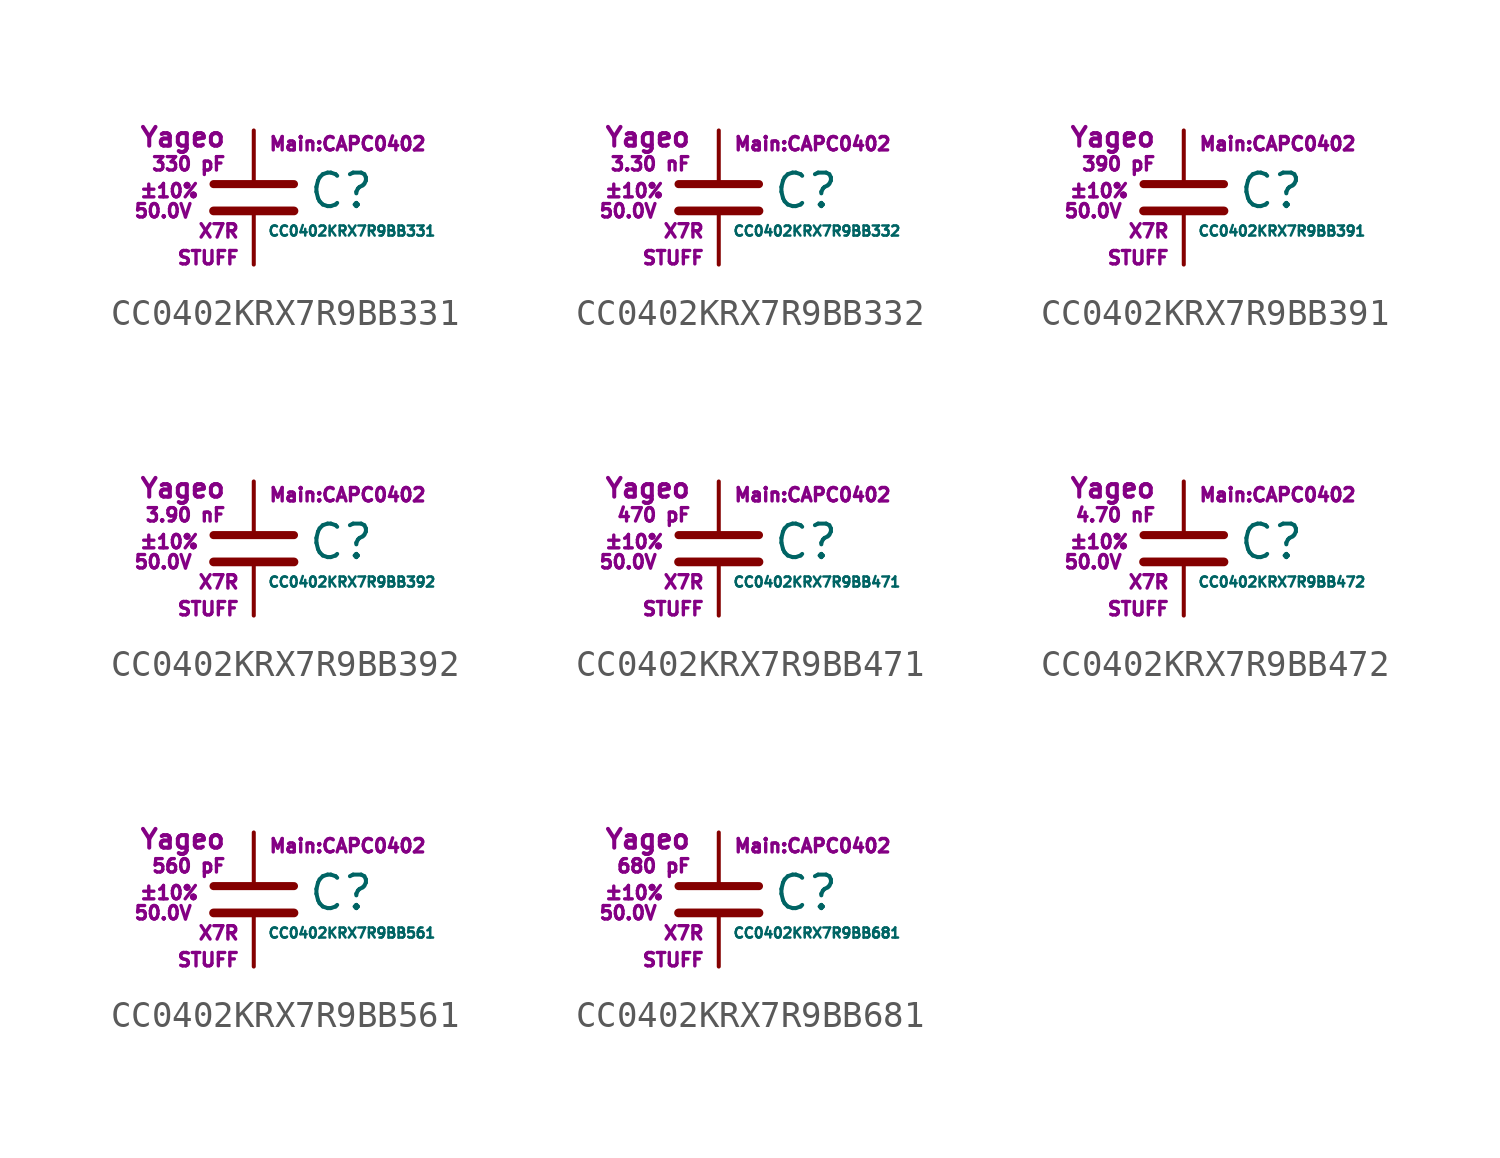
<source format=kicad_sym>
(kicad_symbol_lib
  (version 20211014)
  (generator kicad_symbol_editor)
  (symbol "CC0402KRX7R9BB331"
    (pin_numbers hide)
    (pin_names
      (offset 0.254) hide)
    (property "Reference" "C"
      (at 2.032 0.254 0)
      (effects (font (size 1.27 1.27)) (justify left)))
    (property "Value" "CC0402KRX7R9BB331"
      (at 0.508 -1.27 0)
      (effects (font (size 0.381 0.381)) (justify left)))
    (property "Footprint" "Main:CAPC0402"
      (at 3.556 2.032 0)
      (effects (font (size 0.508 0.508))))
    (property "Datasheet" ""
      (at 0.762 0.508 0)
      (effects (font (size 1.27 1.27))))
    (property "Manufacturer" "Yageo"
      (at -1.016 2.286 0)
      (effects (font (size 0.711 0.711)) (justify right)))
    (property "SKU" "STUFF"
      (at -0.508 -2.286 0)
      (effects (font (size 0.508 0.508)) (justify right)))
    (property "C" "330 pF"
      (at -1.016 1.27 0)
      (effects (font (size 0.508 0.508)) (justify right)))
    (property "Tol" "±10%"
      (at -2.032 0.254 0)
      (effects (font (size 0.508 0.508)) (justify right)))
    (property "Vmax" "50.0V"
      (at -2.286 -0.508 0)
      (effects (font (size 0.508 0.508)) (justify right)))
    (property "Type" "X7R"
      (at -0.508 -1.27 0)
      (effects (font (size 0.508 0.508)) (justify right)))
    (symbol "CC0402KRX7R9BB331_0_1"
      (polyline (pts (xy -1.524 -0.508) (xy 1.524 -0.508)) (stroke (width 0.33) (type default) (color 0 0 0 0)) (fill (type none)))
      (polyline (pts (xy -1.524 0.508) (xy 1.524 0.508)) (stroke (width 0.305) (type default) (color 0 0 0 0)) (fill (type none))))
    (symbol "CC0402KRX7R9BB331_1_1"
      (pin passive line (at 0 2.54 270) (length 1.905) (name "~" (effects (font (size 1.016 1.016)))) (number "1" (effects (font (size 1.016 1.016)))))
      (pin passive line (at 0 -2.54 90) (length 2.032) (name "~" (effects (font (size 1.016 1.016)))) (number "2" (effects (font (size 1.016 1.016)))))))
  (symbol "CC0402KRX7R9BB332"
    (pin_numbers hide)
    (pin_names
      (offset 0.254) hide)
    (property "Reference" "C"
      (at 2.032 0.254 0)
      (effects (font (size 1.27 1.27)) (justify left)))
    (property "Value" "CC0402KRX7R9BB332"
      (at 0.508 -1.27 0)
      (effects (font (size 0.381 0.381)) (justify left)))
    (property "Footprint" "Main:CAPC0402"
      (at 3.556 2.032 0)
      (effects (font (size 0.508 0.508))))
    (property "Datasheet" ""
      (at 0.762 0.508 0)
      (effects (font (size 1.27 1.27))))
    (property "Manufacturer" "Yageo"
      (at -1.016 2.286 0)
      (effects (font (size 0.711 0.711)) (justify right)))
    (property "SKU" "STUFF"
      (at -0.508 -2.286 0)
      (effects (font (size 0.508 0.508)) (justify right)))
    (property "C" "3.30 nF"
      (at -1.016 1.27 0)
      (effects (font (size 0.508 0.508)) (justify right)))
    (property "Tol" "±10%"
      (at -2.032 0.254 0)
      (effects (font (size 0.508 0.508)) (justify right)))
    (property "Vmax" "50.0V"
      (at -2.286 -0.508 0)
      (effects (font (size 0.508 0.508)) (justify right)))
    (property "Type" "X7R"
      (at -0.508 -1.27 0)
      (effects (font (size 0.508 0.508)) (justify right)))
    (symbol "CC0402KRX7R9BB332_0_1"
      (polyline (pts (xy -1.524 -0.508) (xy 1.524 -0.508)) (stroke (width 0.33) (type default) (color 0 0 0 0)) (fill (type none)))
      (polyline (pts (xy -1.524 0.508) (xy 1.524 0.508)) (stroke (width 0.305) (type default) (color 0 0 0 0)) (fill (type none))))
    (symbol "CC0402KRX7R9BB332_1_1"
      (pin passive line (at 0 2.54 270) (length 1.905) (name "~" (effects (font (size 1.016 1.016)))) (number "1" (effects (font (size 1.016 1.016)))))
      (pin passive line (at 0 -2.54 90) (length 2.032) (name "~" (effects (font (size 1.016 1.016)))) (number "2" (effects (font (size 1.016 1.016)))))))
  (symbol "CC0402KRX7R9BB391"
    (pin_numbers hide)
    (pin_names
      (offset 0.254) hide)
    (property "Reference" "C"
      (at 2.032 0.254 0)
      (effects (font (size 1.27 1.27)) (justify left)))
    (property "Value" "CC0402KRX7R9BB391"
      (at 0.508 -1.27 0)
      (effects (font (size 0.381 0.381)) (justify left)))
    (property "Footprint" "Main:CAPC0402"
      (at 3.556 2.032 0)
      (effects (font (size 0.508 0.508))))
    (property "Datasheet" ""
      (at 0.762 0.508 0)
      (effects (font (size 1.27 1.27))))
    (property "Manufacturer" "Yageo"
      (at -1.016 2.286 0)
      (effects (font (size 0.711 0.711)) (justify right)))
    (property "SKU" "STUFF"
      (at -0.508 -2.286 0)
      (effects (font (size 0.508 0.508)) (justify right)))
    (property "C" "390 pF"
      (at -1.016 1.27 0)
      (effects (font (size 0.508 0.508)) (justify right)))
    (property "Tol" "±10%"
      (at -2.032 0.254 0)
      (effects (font (size 0.508 0.508)) (justify right)))
    (property "Vmax" "50.0V"
      (at -2.286 -0.508 0)
      (effects (font (size 0.508 0.508)) (justify right)))
    (property "Type" "X7R"
      (at -0.508 -1.27 0)
      (effects (font (size 0.508 0.508)) (justify right)))
    (symbol "CC0402KRX7R9BB391_0_1"
      (polyline (pts (xy -1.524 -0.508) (xy 1.524 -0.508)) (stroke (width 0.33) (type default) (color 0 0 0 0)) (fill (type none)))
      (polyline (pts (xy -1.524 0.508) (xy 1.524 0.508)) (stroke (width 0.305) (type default) (color 0 0 0 0)) (fill (type none))))
    (symbol "CC0402KRX7R9BB391_1_1"
      (pin passive line (at 0 2.54 270) (length 1.905) (name "~" (effects (font (size 1.016 1.016)))) (number "1" (effects (font (size 1.016 1.016)))))
      (pin passive line (at 0 -2.54 90) (length 2.032) (name "~" (effects (font (size 1.016 1.016)))) (number "2" (effects (font (size 1.016 1.016)))))))
  (symbol "CC0402KRX7R9BB392"
    (pin_numbers hide)
    (pin_names
      (offset 0.254) hide)
    (property "Reference" "C"
      (at 2.032 0.254 0)
      (effects (font (size 1.27 1.27)) (justify left)))
    (property "Value" "CC0402KRX7R9BB392"
      (at 0.508 -1.27 0)
      (effects (font (size 0.381 0.381)) (justify left)))
    (property "Footprint" "Main:CAPC0402"
      (at 3.556 2.032 0)
      (effects (font (size 0.508 0.508))))
    (property "Datasheet" ""
      (at 0.762 0.508 0)
      (effects (font (size 1.27 1.27))))
    (property "Manufacturer" "Yageo"
      (at -1.016 2.286 0)
      (effects (font (size 0.711 0.711)) (justify right)))
    (property "SKU" "STUFF"
      (at -0.508 -2.286 0)
      (effects (font (size 0.508 0.508)) (justify right)))
    (property "C" "3.90 nF"
      (at -1.016 1.27 0)
      (effects (font (size 0.508 0.508)) (justify right)))
    (property "Tol" "±10%"
      (at -2.032 0.254 0)
      (effects (font (size 0.508 0.508)) (justify right)))
    (property "Vmax" "50.0V"
      (at -2.286 -0.508 0)
      (effects (font (size 0.508 0.508)) (justify right)))
    (property "Type" "X7R"
      (at -0.508 -1.27 0)
      (effects (font (size 0.508 0.508)) (justify right)))
    (symbol "CC0402KRX7R9BB392_0_1"
      (polyline (pts (xy -1.524 -0.508) (xy 1.524 -0.508)) (stroke (width 0.33) (type default) (color 0 0 0 0)) (fill (type none)))
      (polyline (pts (xy -1.524 0.508) (xy 1.524 0.508)) (stroke (width 0.305) (type default) (color 0 0 0 0)) (fill (type none))))
    (symbol "CC0402KRX7R9BB392_1_1"
      (pin passive line (at 0 2.54 270) (length 1.905) (name "~" (effects (font (size 1.016 1.016)))) (number "1" (effects (font (size 1.016 1.016)))))
      (pin passive line (at 0 -2.54 90) (length 2.032) (name "~" (effects (font (size 1.016 1.016)))) (number "2" (effects (font (size 1.016 1.016)))))))
  (symbol "CC0402KRX7R9BB471"
    (pin_numbers hide)
    (pin_names
      (offset 0.254) hide)
    (property "Reference" "C"
      (at 2.032 0.254 0)
      (effects (font (size 1.27 1.27)) (justify left)))
    (property "Value" "CC0402KRX7R9BB471"
      (at 0.508 -1.27 0)
      (effects (font (size 0.381 0.381)) (justify left)))
    (property "Footprint" "Main:CAPC0402"
      (at 3.556 2.032 0)
      (effects (font (size 0.508 0.508))))
    (property "Datasheet" ""
      (at 0.762 0.508 0)
      (effects (font (size 1.27 1.27))))
    (property "Manufacturer" "Yageo"
      (at -1.016 2.286 0)
      (effects (font (size 0.711 0.711)) (justify right)))
    (property "SKU" "STUFF"
      (at -0.508 -2.286 0)
      (effects (font (size 0.508 0.508)) (justify right)))
    (property "C" "470 pF"
      (at -1.016 1.27 0)
      (effects (font (size 0.508 0.508)) (justify right)))
    (property "Tol" "±10%"
      (at -2.032 0.254 0)
      (effects (font (size 0.508 0.508)) (justify right)))
    (property "Vmax" "50.0V"
      (at -2.286 -0.508 0)
      (effects (font (size 0.508 0.508)) (justify right)))
    (property "Type" "X7R"
      (at -0.508 -1.27 0)
      (effects (font (size 0.508 0.508)) (justify right)))
    (symbol "CC0402KRX7R9BB471_0_1"
      (polyline (pts (xy -1.524 -0.508) (xy 1.524 -0.508)) (stroke (width 0.33) (type default) (color 0 0 0 0)) (fill (type none)))
      (polyline (pts (xy -1.524 0.508) (xy 1.524 0.508)) (stroke (width 0.305) (type default) (color 0 0 0 0)) (fill (type none))))
    (symbol "CC0402KRX7R9BB471_1_1"
      (pin passive line (at 0 2.54 270) (length 1.905) (name "~" (effects (font (size 1.016 1.016)))) (number "1" (effects (font (size 1.016 1.016)))))
      (pin passive line (at 0 -2.54 90) (length 2.032) (name "~" (effects (font (size 1.016 1.016)))) (number "2" (effects (font (size 1.016 1.016)))))))
  (symbol "CC0402KRX7R9BB472"
    (pin_numbers hide)
    (pin_names
      (offset 0.254) hide)
    (property "Reference" "C"
      (at 2.032 0.254 0)
      (effects (font (size 1.27 1.27)) (justify left)))
    (property "Value" "CC0402KRX7R9BB472"
      (at 0.508 -1.27 0)
      (effects (font (size 0.381 0.381)) (justify left)))
    (property "Footprint" "Main:CAPC0402"
      (at 3.556 2.032 0)
      (effects (font (size 0.508 0.508))))
    (property "Datasheet" ""
      (at 0.762 0.508 0)
      (effects (font (size 1.27 1.27))))
    (property "Manufacturer" "Yageo"
      (at -1.016 2.286 0)
      (effects (font (size 0.711 0.711)) (justify right)))
    (property "SKU" "STUFF"
      (at -0.508 -2.286 0)
      (effects (font (size 0.508 0.508)) (justify right)))
    (property "C" "4.70 nF"
      (at -1.016 1.27 0)
      (effects (font (size 0.508 0.508)) (justify right)))
    (property "Tol" "±10%"
      (at -2.032 0.254 0)
      (effects (font (size 0.508 0.508)) (justify right)))
    (property "Vmax" "50.0V"
      (at -2.286 -0.508 0)
      (effects (font (size 0.508 0.508)) (justify right)))
    (property "Type" "X7R"
      (at -0.508 -1.27 0)
      (effects (font (size 0.508 0.508)) (justify right)))
    (symbol "CC0402KRX7R9BB472_0_1"
      (polyline (pts (xy -1.524 -0.508) (xy 1.524 -0.508)) (stroke (width 0.33) (type default) (color 0 0 0 0)) (fill (type none)))
      (polyline (pts (xy -1.524 0.508) (xy 1.524 0.508)) (stroke (width 0.305) (type default) (color 0 0 0 0)) (fill (type none))))
    (symbol "CC0402KRX7R9BB472_1_1"
      (pin passive line (at 0 2.54 270) (length 1.905) (name "~" (effects (font (size 1.016 1.016)))) (number "1" (effects (font (size 1.016 1.016)))))
      (pin passive line (at 0 -2.54 90) (length 2.032) (name "~" (effects (font (size 1.016 1.016)))) (number "2" (effects (font (size 1.016 1.016)))))))
  (symbol "CC0402KRX7R9BB561"
    (pin_numbers hide)
    (pin_names
      (offset 0.254) hide)
    (property "Reference" "C"
      (at 2.032 0.254 0)
      (effects (font (size 1.27 1.27)) (justify left)))
    (property "Value" "CC0402KRX7R9BB561"
      (at 0.508 -1.27 0)
      (effects (font (size 0.381 0.381)) (justify left)))
    (property "Footprint" "Main:CAPC0402"
      (at 3.556 2.032 0)
      (effects (font (size 0.508 0.508))))
    (property "Datasheet" ""
      (at 0.762 0.508 0)
      (effects (font (size 1.27 1.27))))
    (property "Manufacturer" "Yageo"
      (at -1.016 2.286 0)
      (effects (font (size 0.711 0.711)) (justify right)))
    (property "SKU" "STUFF"
      (at -0.508 -2.286 0)
      (effects (font (size 0.508 0.508)) (justify right)))
    (property "C" "560 pF"
      (at -1.016 1.27 0)
      (effects (font (size 0.508 0.508)) (justify right)))
    (property "Tol" "±10%"
      (at -2.032 0.254 0)
      (effects (font (size 0.508 0.508)) (justify right)))
    (property "Vmax" "50.0V"
      (at -2.286 -0.508 0)
      (effects (font (size 0.508 0.508)) (justify right)))
    (property "Type" "X7R"
      (at -0.508 -1.27 0)
      (effects (font (size 0.508 0.508)) (justify right)))
    (symbol "CC0402KRX7R9BB561_0_1"
      (polyline (pts (xy -1.524 -0.508) (xy 1.524 -0.508)) (stroke (width 0.33) (type default) (color 0 0 0 0)) (fill (type none)))
      (polyline (pts (xy -1.524 0.508) (xy 1.524 0.508)) (stroke (width 0.305) (type default) (color 0 0 0 0)) (fill (type none))))
    (symbol "CC0402KRX7R9BB561_1_1"
      (pin passive line (at 0 2.54 270) (length 1.905) (name "~" (effects (font (size 1.016 1.016)))) (number "1" (effects (font (size 1.016 1.016)))))
      (pin passive line (at 0 -2.54 90) (length 2.032) (name "~" (effects (font (size 1.016 1.016)))) (number "2" (effects (font (size 1.016 1.016)))))))
  (symbol "CC0402KRX7R9BB681"
    (pin_numbers hide)
    (pin_names
      (offset 0.254) hide)
    (property "Reference" "C"
      (at 2.032 0.254 0)
      (effects (font (size 1.27 1.27)) (justify left)))
    (property "Value" "CC0402KRX7R9BB681"
      (at 0.508 -1.27 0)
      (effects (font (size 0.381 0.381)) (justify left)))
    (property "Footprint" "Main:CAPC0402"
      (at 3.556 2.032 0)
      (effects (font (size 0.508 0.508))))
    (property "Datasheet" ""
      (at 0.762 0.508 0)
      (effects (font (size 1.27 1.27))))
    (property "Manufacturer" "Yageo"
      (at -1.016 2.286 0)
      (effects (font (size 0.711 0.711)) (justify right)))
    (property "SKU" "STUFF"
      (at -0.508 -2.286 0)
      (effects (font (size 0.508 0.508)) (justify right)))
    (property "C" "680 pF"
      (at -1.016 1.27 0)
      (effects (font (size 0.508 0.508)) (justify right)))
    (property "Tol" "±10%"
      (at -2.032 0.254 0)
      (effects (font (size 0.508 0.508)) (justify right)))
    (property "Vmax" "50.0V"
      (at -2.286 -0.508 0)
      (effects (font (size 0.508 0.508)) (justify right)))
    (property "Type" "X7R"
      (at -0.508 -1.27 0)
      (effects (font (size 0.508 0.508)) (justify right)))
    (symbol "CC0402KRX7R9BB681_0_1"
      (polyline (pts (xy -1.524 -0.508) (xy 1.524 -0.508)) (stroke (width 0.33) (type default) (color 0 0 0 0)) (fill (type none)))
      (polyline (pts (xy -1.524 0.508) (xy 1.524 0.508)) (stroke (width 0.305) (type default) (color 0 0 0 0)) (fill (type none))))
    (symbol "CC0402KRX7R9BB681_1_1"
      (pin passive line (at 0 2.54 270) (length 1.905) (name "~" (effects (font (size 1.016 1.016)))) (number "1" (effects (font (size 1.016 1.016)))))
      (pin passive line (at 0 -2.54 90) (length 2.032) (name "~" (effects (font (size 1.016 1.016)))) (number "2" (effects (font (size 1.016 1.016))))))))
</source>
